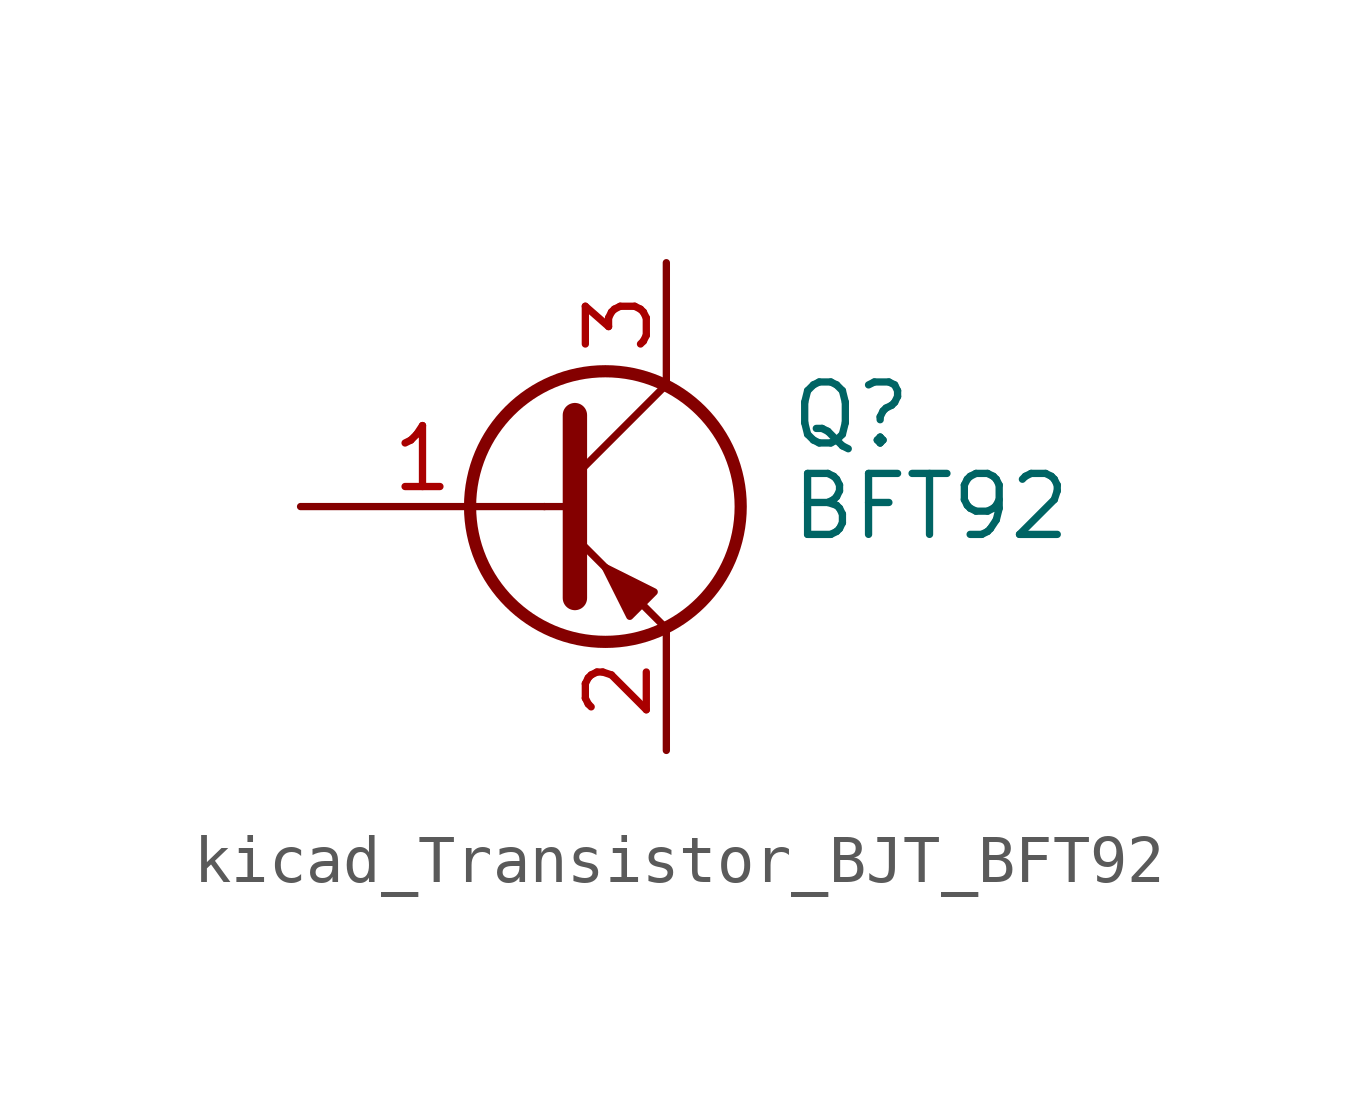
<source format=kicad_sym>
(kicad_symbol_lib
  (version 20220914)
  (generator kicad_symbol_editor)
  (symbol "kicad_Transistor_BJT_BFT92"
    (pin_names
      (offset 0) hide)
    (property "Reference" "Q"
      (at 5.08 1.905 0)
      (effects (font (size 1.27 1.27)) (justify left)))
    (property "Value" "BFT92"
      (at 5.08 0 0)
      (effects (font (size 1.27 1.27)) (justify left)))
    (symbol "kicad_Transistor_BJT_BFT92_0_1"
      (polyline (pts (xy 0 0) (xy 0.635 0)) (stroke (width 0) (type default)) (fill (type none)))
      (polyline (pts (xy 0.635 0.635) (xy 2.54 2.54)) (stroke (width 0) (type default)) (fill (type none)))
      (polyline (pts (xy 2.54 -2.54) (xy 0.635 -0.635)) (stroke (width 0) (type default)) (fill (type none)))
      (polyline (pts (xy 0.635 1.905) (xy 0.635 0) (xy 0.635 -1.905) (xy 0.635 -1.905)) (stroke (width 0.508) (type default)) (fill (type none)))
      (polyline (pts (xy 1.27 -1.27) (xy 1.778 -2.286) (xy 2.286 -1.778) (xy 1.27 -1.27) (xy 1.27 -1.27)) (stroke (width 0) (type default)) (fill (type outline)))
      (circle (center 1.27 0) (radius 2.819) (stroke (width 0.254) (type default)) (fill (type none))))
    (symbol "kicad_Transistor_BJT_BFT92_1_1"
      (pin input line (at -5.08 0 0) (length 5.08) (name "B" (effects (font (size 1.27 1.27)))) (number "1" (effects (font (size 1.27 1.27)))))
      (pin passive line (at 2.54 -5.08 90) (length 2.54) (name "E" (effects (font (size 1.27 1.27)))) (number "2" (effects (font (size 1.27 1.27)))))
      (pin passive line (at 2.54 5.08 270) (length 2.54) (name "C" (effects (font (size 1.27 1.27)))) (number "3" (effects (font (size 1.27 1.27))))))))
</source>
